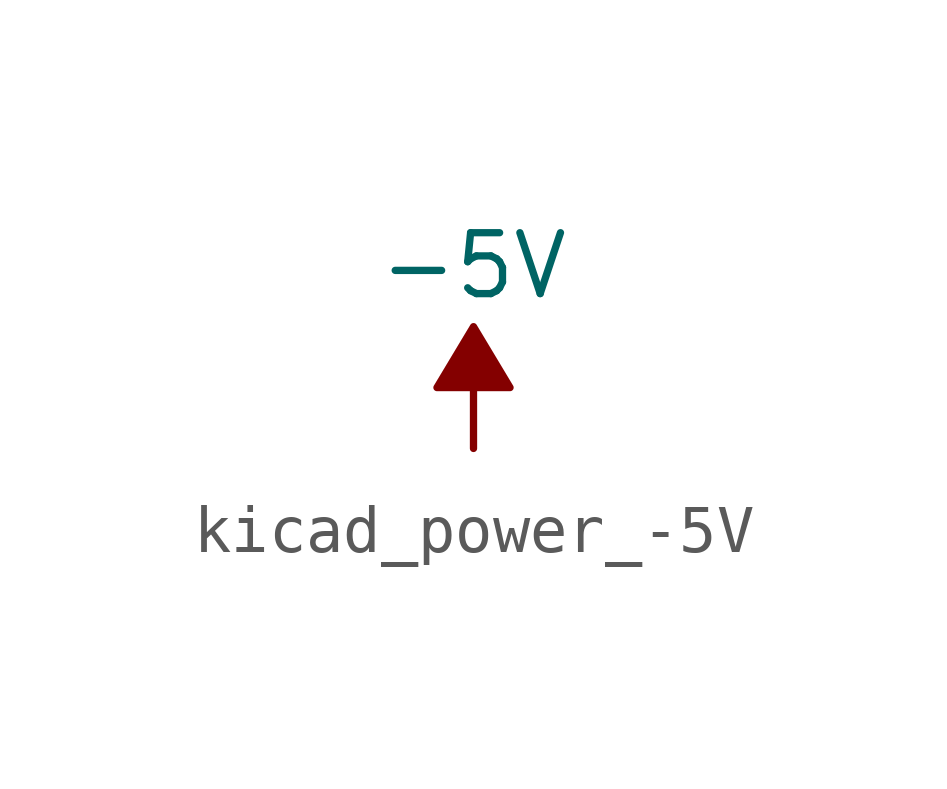
<source format=kicad_sym>
(kicad_symbol_lib
  (version 20220914)
  (generator kicad_symbol_editor)
  (symbol "kicad_power_-5V"
    (power)
    (pin_names
      (offset 0))
    (property "Reference" "#PWR"
      (at 0 2.54 0)
      (effects (font (size 1.27 1.27)) hide))
    (property "Value" "-5V"
      (at 0 3.81 0)
      (effects (font (size 1.27 1.27))))
    (symbol "kicad_power_-5V_0_0"
      (pin power_in line (at 0 0 90) (length 0) hide (name "-5V" (effects (font (size 1.27 1.27)))) (number "1" (effects (font (size 1.27 1.27))))))
    (symbol "kicad_power_-5V_0_1"
      (polyline (pts (xy 0 0) (xy 0 1.27) (xy 0.762 1.27) (xy 0 2.54) (xy -0.762 1.27) (xy 0 1.27)) (stroke (width 0) (type default)) (fill (type outline))))))
</source>
